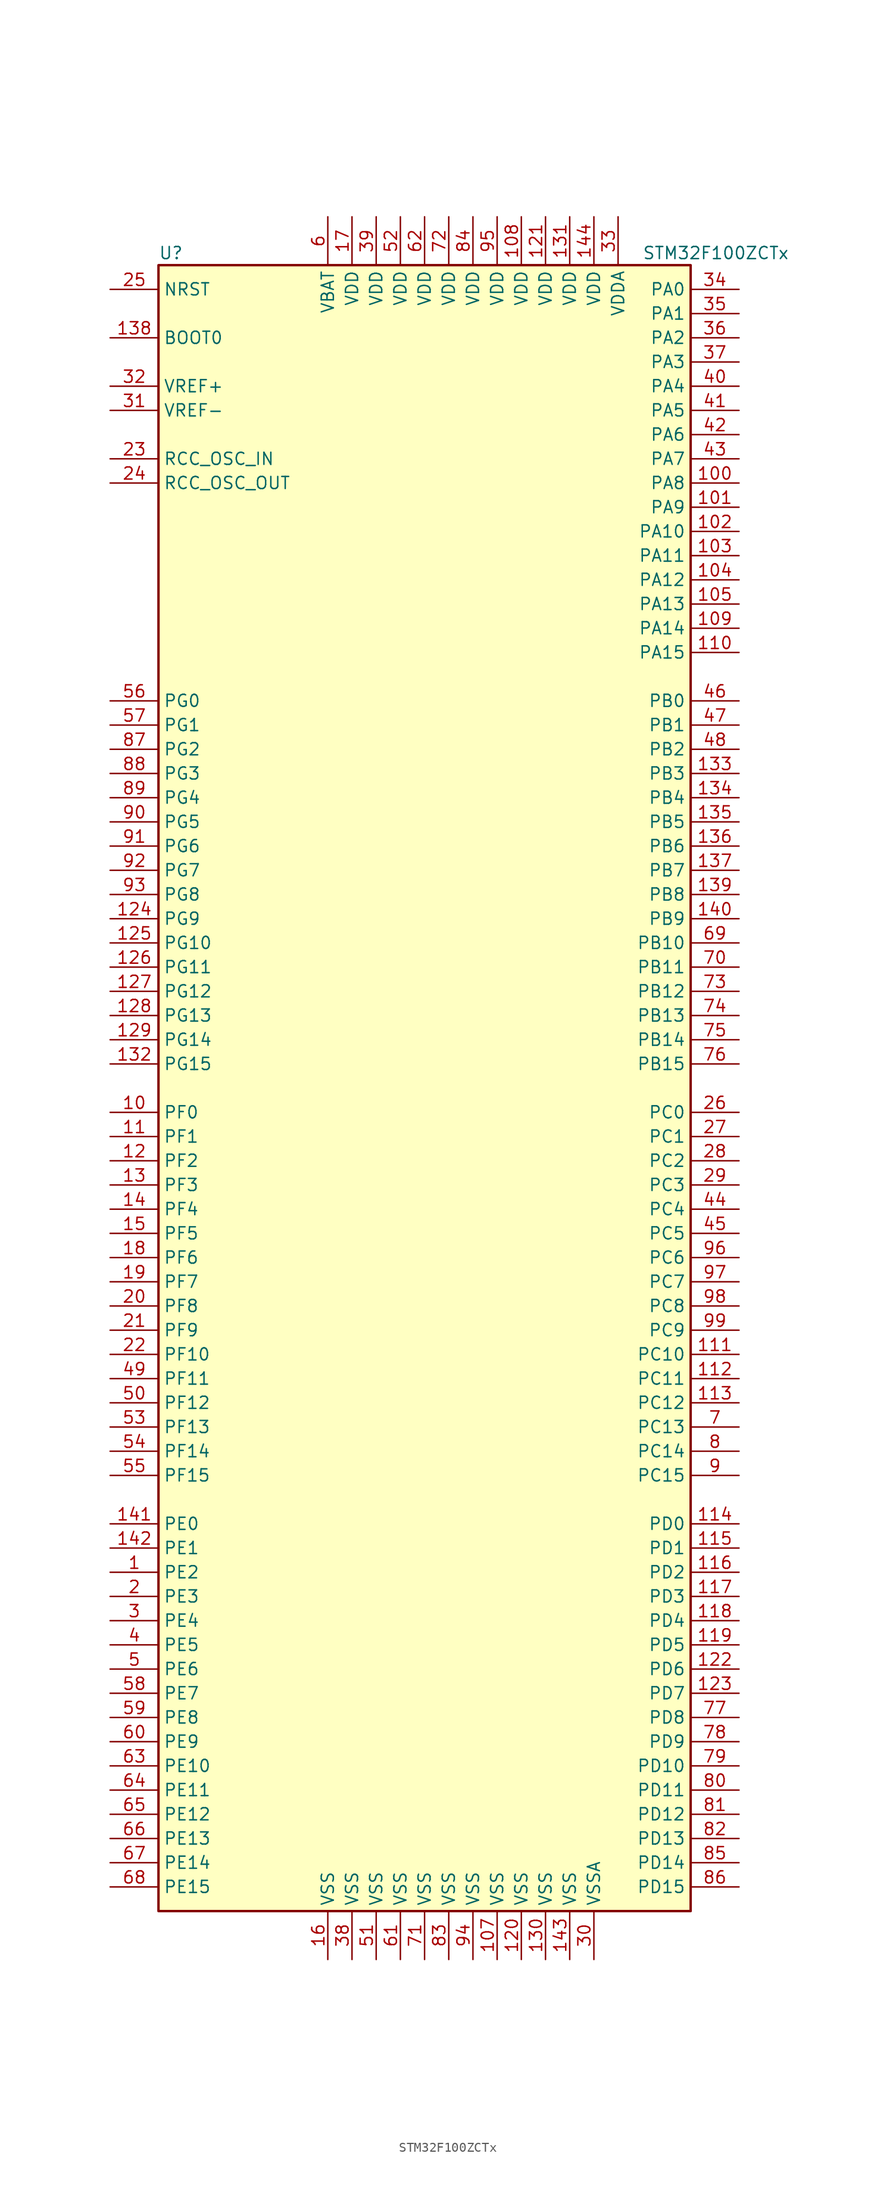
<source format=kicad_sym>
(kicad_symbol_lib
  (version 20211014)
  (generator kicad_symbol_editor)
  (symbol "STM32F100ZCTx"
    (property "Reference" "U"
      (at -27.94 87.63 0)
      (effects (font (size 1.27 1.27)) (justify left)))
    (property "Value" "STM32F100ZCTx"
      (at 22.86 87.63 0)
      (effects (font (size 1.27 1.27)) (justify left)))
    (symbol "STM32F100ZCTx_0_1"
      (rectangle (start -27.94 -86.36) (end 27.94 86.36) (stroke (width 0.254) (type default) (color 0 0 0 0)) (fill (type background))))
    (symbol "STM32F100ZCTx_1_1"
      (pin bidirectional line (at -33.02 -50.8 0) (length 5.08) (name "PE2" (effects (font (size 1.27 1.27)))) (number "1" (effects (font (size 1.27 1.27)))))
      (pin bidirectional line (at -33.02 -2.54 0) (length 5.08) (name "PF0" (effects (font (size 1.27 1.27)))) (number "10" (effects (font (size 1.27 1.27)))))
      (pin bidirectional line (at 33.02 63.5 180) (length 5.08) (name "PA8" (effects (font (size 1.27 1.27)))) (number "100" (effects (font (size 1.27 1.27)))))
      (pin bidirectional line (at 33.02 60.96 180) (length 5.08) (name "PA9" (effects (font (size 1.27 1.27)))) (number "101" (effects (font (size 1.27 1.27)))))
      (pin bidirectional line (at 33.02 58.42 180) (length 5.08) (name "PA10" (effects (font (size 1.27 1.27)))) (number "102" (effects (font (size 1.27 1.27)))))
      (pin bidirectional line (at 33.02 55.88 180) (length 5.08) (name "PA11" (effects (font (size 1.27 1.27)))) (number "103" (effects (font (size 1.27 1.27)))))
      (pin bidirectional line (at 33.02 53.34 180) (length 5.08) (name "PA12" (effects (font (size 1.27 1.27)))) (number "104" (effects (font (size 1.27 1.27)))))
      (pin bidirectional line (at 33.02 50.8 180) (length 5.08) (name "PA13" (effects (font (size 1.27 1.27)))) (number "105" (effects (font (size 1.27 1.27)))))
      (pin no_connect line (at -27.94 -83.82 0) (length 5.08) hide (name "NC" (effects (font (size 1.27 1.27)))) (number "106" (effects (font (size 1.27 1.27)))))
      (pin power_in line (at 7.62 -91.44 90) (length 5.08) (name "VSS" (effects (font (size 1.27 1.27)))) (number "107" (effects (font (size 1.27 1.27)))))
      (pin power_in line (at 10.16 91.44 270) (length 5.08) (name "VDD" (effects (font (size 1.27 1.27)))) (number "108" (effects (font (size 1.27 1.27)))))
      (pin bidirectional line (at 33.02 48.26 180) (length 5.08) (name "PA14" (effects (font (size 1.27 1.27)))) (number "109" (effects (font (size 1.27 1.27)))))
      (pin bidirectional line (at -33.02 -5.08 0) (length 5.08) (name "PF1" (effects (font (size 1.27 1.27)))) (number "11" (effects (font (size 1.27 1.27)))))
      (pin bidirectional line (at 33.02 45.72 180) (length 5.08) (name "PA15" (effects (font (size 1.27 1.27)))) (number "110" (effects (font (size 1.27 1.27)))))
      (pin bidirectional line (at 33.02 -27.94 180) (length 5.08) (name "PC10" (effects (font (size 1.27 1.27)))) (number "111" (effects (font (size 1.27 1.27)))))
      (pin bidirectional line (at 33.02 -30.48 180) (length 5.08) (name "PC11" (effects (font (size 1.27 1.27)))) (number "112" (effects (font (size 1.27 1.27)))))
      (pin bidirectional line (at 33.02 -33.02 180) (length 5.08) (name "PC12" (effects (font (size 1.27 1.27)))) (number "113" (effects (font (size 1.27 1.27)))))
      (pin bidirectional line (at 33.02 -45.72 180) (length 5.08) (name "PD0" (effects (font (size 1.27 1.27)))) (number "114" (effects (font (size 1.27 1.27)))))
      (pin bidirectional line (at 33.02 -48.26 180) (length 5.08) (name "PD1" (effects (font (size 1.27 1.27)))) (number "115" (effects (font (size 1.27 1.27)))))
      (pin bidirectional line (at 33.02 -50.8 180) (length 5.08) (name "PD2" (effects (font (size 1.27 1.27)))) (number "116" (effects (font (size 1.27 1.27)))))
      (pin bidirectional line (at 33.02 -53.34 180) (length 5.08) (name "PD3" (effects (font (size 1.27 1.27)))) (number "117" (effects (font (size 1.27 1.27)))))
      (pin bidirectional line (at 33.02 -55.88 180) (length 5.08) (name "PD4" (effects (font (size 1.27 1.27)))) (number "118" (effects (font (size 1.27 1.27)))))
      (pin bidirectional line (at 33.02 -58.42 180) (length 5.08) (name "PD5" (effects (font (size 1.27 1.27)))) (number "119" (effects (font (size 1.27 1.27)))))
      (pin bidirectional line (at -33.02 -7.62 0) (length 5.08) (name "PF2" (effects (font (size 1.27 1.27)))) (number "12" (effects (font (size 1.27 1.27)))))
      (pin power_in line (at 10.16 -91.44 90) (length 5.08) (name "VSS" (effects (font (size 1.27 1.27)))) (number "120" (effects (font (size 1.27 1.27)))))
      (pin power_in line (at 12.7 91.44 270) (length 5.08) (name "VDD" (effects (font (size 1.27 1.27)))) (number "121" (effects (font (size 1.27 1.27)))))
      (pin bidirectional line (at 33.02 -60.96 180) (length 5.08) (name "PD6" (effects (font (size 1.27 1.27)))) (number "122" (effects (font (size 1.27 1.27)))))
      (pin bidirectional line (at 33.02 -63.5 180) (length 5.08) (name "PD7" (effects (font (size 1.27 1.27)))) (number "123" (effects (font (size 1.27 1.27)))))
      (pin bidirectional line (at -33.02 17.78 0) (length 5.08) (name "PG9" (effects (font (size 1.27 1.27)))) (number "124" (effects (font (size 1.27 1.27)))))
      (pin bidirectional line (at -33.02 15.24 0) (length 5.08) (name "PG10" (effects (font (size 1.27 1.27)))) (number "125" (effects (font (size 1.27 1.27)))))
      (pin bidirectional line (at -33.02 12.7 0) (length 5.08) (name "PG11" (effects (font (size 1.27 1.27)))) (number "126" (effects (font (size 1.27 1.27)))))
      (pin bidirectional line (at -33.02 10.16 0) (length 5.08) (name "PG12" (effects (font (size 1.27 1.27)))) (number "127" (effects (font (size 1.27 1.27)))))
      (pin bidirectional line (at -33.02 7.62 0) (length 5.08) (name "PG13" (effects (font (size 1.27 1.27)))) (number "128" (effects (font (size 1.27 1.27)))))
      (pin bidirectional line (at -33.02 5.08 0) (length 5.08) (name "PG14" (effects (font (size 1.27 1.27)))) (number "129" (effects (font (size 1.27 1.27)))))
      (pin bidirectional line (at -33.02 -10.16 0) (length 5.08) (name "PF3" (effects (font (size 1.27 1.27)))) (number "13" (effects (font (size 1.27 1.27)))))
      (pin power_in line (at 12.7 -91.44 90) (length 5.08) (name "VSS" (effects (font (size 1.27 1.27)))) (number "130" (effects (font (size 1.27 1.27)))))
      (pin power_in line (at 15.24 91.44 270) (length 5.08) (name "VDD" (effects (font (size 1.27 1.27)))) (number "131" (effects (font (size 1.27 1.27)))))
      (pin bidirectional line (at -33.02 2.54 0) (length 5.08) (name "PG15" (effects (font (size 1.27 1.27)))) (number "132" (effects (font (size 1.27 1.27)))))
      (pin bidirectional line (at 33.02 33.02 180) (length 5.08) (name "PB3" (effects (font (size 1.27 1.27)))) (number "133" (effects (font (size 1.27 1.27)))))
      (pin bidirectional line (at 33.02 30.48 180) (length 5.08) (name "PB4" (effects (font (size 1.27 1.27)))) (number "134" (effects (font (size 1.27 1.27)))))
      (pin bidirectional line (at 33.02 27.94 180) (length 5.08) (name "PB5" (effects (font (size 1.27 1.27)))) (number "135" (effects (font (size 1.27 1.27)))))
      (pin bidirectional line (at 33.02 25.4 180) (length 5.08) (name "PB6" (effects (font (size 1.27 1.27)))) (number "136" (effects (font (size 1.27 1.27)))))
      (pin bidirectional line (at 33.02 22.86 180) (length 5.08) (name "PB7" (effects (font (size 1.27 1.27)))) (number "137" (effects (font (size 1.27 1.27)))))
      (pin input line (at -33.02 78.74 0) (length 5.08) (name "BOOT0" (effects (font (size 1.27 1.27)))) (number "138" (effects (font (size 1.27 1.27)))))
      (pin bidirectional line (at 33.02 20.32 180) (length 5.08) (name "PB8" (effects (font (size 1.27 1.27)))) (number "139" (effects (font (size 1.27 1.27)))))
      (pin bidirectional line (at -33.02 -12.7 0) (length 5.08) (name "PF4" (effects (font (size 1.27 1.27)))) (number "14" (effects (font (size 1.27 1.27)))))
      (pin bidirectional line (at 33.02 17.78 180) (length 5.08) (name "PB9" (effects (font (size 1.27 1.27)))) (number "140" (effects (font (size 1.27 1.27)))))
      (pin bidirectional line (at -33.02 -45.72 0) (length 5.08) (name "PE0" (effects (font (size 1.27 1.27)))) (number "141" (effects (font (size 1.27 1.27)))))
      (pin bidirectional line (at -33.02 -48.26 0) (length 5.08) (name "PE1" (effects (font (size 1.27 1.27)))) (number "142" (effects (font (size 1.27 1.27)))))
      (pin power_in line (at 15.24 -91.44 90) (length 5.08) (name "VSS" (effects (font (size 1.27 1.27)))) (number "143" (effects (font (size 1.27 1.27)))))
      (pin power_in line (at 17.78 91.44 270) (length 5.08) (name "VDD" (effects (font (size 1.27 1.27)))) (number "144" (effects (font (size 1.27 1.27)))))
      (pin bidirectional line (at -33.02 -15.24 0) (length 5.08) (name "PF5" (effects (font (size 1.27 1.27)))) (number "15" (effects (font (size 1.27 1.27)))))
      (pin power_in line (at -10.16 -91.44 90) (length 5.08) (name "VSS" (effects (font (size 1.27 1.27)))) (number "16" (effects (font (size 1.27 1.27)))))
      (pin power_in line (at -7.62 91.44 270) (length 5.08) (name "VDD" (effects (font (size 1.27 1.27)))) (number "17" (effects (font (size 1.27 1.27)))))
      (pin bidirectional line (at -33.02 -17.78 0) (length 5.08) (name "PF6" (effects (font (size 1.27 1.27)))) (number "18" (effects (font (size 1.27 1.27)))))
      (pin bidirectional line (at -33.02 -20.32 0) (length 5.08) (name "PF7" (effects (font (size 1.27 1.27)))) (number "19" (effects (font (size 1.27 1.27)))))
      (pin bidirectional line (at -33.02 -53.34 0) (length 5.08) (name "PE3" (effects (font (size 1.27 1.27)))) (number "2" (effects (font (size 1.27 1.27)))))
      (pin bidirectional line (at -33.02 -22.86 0) (length 5.08) (name "PF8" (effects (font (size 1.27 1.27)))) (number "20" (effects (font (size 1.27 1.27)))))
      (pin bidirectional line (at -33.02 -25.4 0) (length 5.08) (name "PF9" (effects (font (size 1.27 1.27)))) (number "21" (effects (font (size 1.27 1.27)))))
      (pin bidirectional line (at -33.02 -27.94 0) (length 5.08) (name "PF10" (effects (font (size 1.27 1.27)))) (number "22" (effects (font (size 1.27 1.27)))))
      (pin input line (at -33.02 66.04 0) (length 5.08) (name "RCC_OSC_IN" (effects (font (size 1.27 1.27)))) (number "23" (effects (font (size 1.27 1.27)))))
      (pin input line (at -33.02 63.5 0) (length 5.08) (name "RCC_OSC_OUT" (effects (font (size 1.27 1.27)))) (number "24" (effects (font (size 1.27 1.27)))))
      (pin input line (at -33.02 83.82 0) (length 5.08) (name "NRST" (effects (font (size 1.27 1.27)))) (number "25" (effects (font (size 1.27 1.27)))))
      (pin bidirectional line (at 33.02 -2.54 180) (length 5.08) (name "PC0" (effects (font (size 1.27 1.27)))) (number "26" (effects (font (size 1.27 1.27)))))
      (pin bidirectional line (at 33.02 -5.08 180) (length 5.08) (name "PC1" (effects (font (size 1.27 1.27)))) (number "27" (effects (font (size 1.27 1.27)))))
      (pin bidirectional line (at 33.02 -7.62 180) (length 5.08) (name "PC2" (effects (font (size 1.27 1.27)))) (number "28" (effects (font (size 1.27 1.27)))))
      (pin bidirectional line (at 33.02 -10.16 180) (length 5.08) (name "PC3" (effects (font (size 1.27 1.27)))) (number "29" (effects (font (size 1.27 1.27)))))
      (pin bidirectional line (at -33.02 -55.88 0) (length 5.08) (name "PE4" (effects (font (size 1.27 1.27)))) (number "3" (effects (font (size 1.27 1.27)))))
      (pin power_in line (at 17.78 -91.44 90) (length 5.08) (name "VSSA" (effects (font (size 1.27 1.27)))) (number "30" (effects (font (size 1.27 1.27)))))
      (pin power_in line (at -33.02 71.12 0) (length 5.08) (name "VREF-" (effects (font (size 1.27 1.27)))) (number "31" (effects (font (size 1.27 1.27)))))
      (pin power_in line (at -33.02 73.66 0) (length 5.08) (name "VREF+" (effects (font (size 1.27 1.27)))) (number "32" (effects (font (size 1.27 1.27)))))
      (pin power_in line (at 20.32 91.44 270) (length 5.08) (name "VDDA" (effects (font (size 1.27 1.27)))) (number "33" (effects (font (size 1.27 1.27)))))
      (pin bidirectional line (at 33.02 83.82 180) (length 5.08) (name "PA0" (effects (font (size 1.27 1.27)))) (number "34" (effects (font (size 1.27 1.27)))))
      (pin bidirectional line (at 33.02 81.28 180) (length 5.08) (name "PA1" (effects (font (size 1.27 1.27)))) (number "35" (effects (font (size 1.27 1.27)))))
      (pin bidirectional line (at 33.02 78.74 180) (length 5.08) (name "PA2" (effects (font (size 1.27 1.27)))) (number "36" (effects (font (size 1.27 1.27)))))
      (pin bidirectional line (at 33.02 76.2 180) (length 5.08) (name "PA3" (effects (font (size 1.27 1.27)))) (number "37" (effects (font (size 1.27 1.27)))))
      (pin power_in line (at -7.62 -91.44 90) (length 5.08) (name "VSS" (effects (font (size 1.27 1.27)))) (number "38" (effects (font (size 1.27 1.27)))))
      (pin power_in line (at -5.08 91.44 270) (length 5.08) (name "VDD" (effects (font (size 1.27 1.27)))) (number "39" (effects (font (size 1.27 1.27)))))
      (pin bidirectional line (at -33.02 -58.42 0) (length 5.08) (name "PE5" (effects (font (size 1.27 1.27)))) (number "4" (effects (font (size 1.27 1.27)))))
      (pin bidirectional line (at 33.02 73.66 180) (length 5.08) (name "PA4" (effects (font (size 1.27 1.27)))) (number "40" (effects (font (size 1.27 1.27)))))
      (pin bidirectional line (at 33.02 71.12 180) (length 5.08) (name "PA5" (effects (font (size 1.27 1.27)))) (number "41" (effects (font (size 1.27 1.27)))))
      (pin bidirectional line (at 33.02 68.58 180) (length 5.08) (name "PA6" (effects (font (size 1.27 1.27)))) (number "42" (effects (font (size 1.27 1.27)))))
      (pin bidirectional line (at 33.02 66.04 180) (length 5.08) (name "PA7" (effects (font (size 1.27 1.27)))) (number "43" (effects (font (size 1.27 1.27)))))
      (pin bidirectional line (at 33.02 -12.7 180) (length 5.08) (name "PC4" (effects (font (size 1.27 1.27)))) (number "44" (effects (font (size 1.27 1.27)))))
      (pin bidirectional line (at 33.02 -15.24 180) (length 5.08) (name "PC5" (effects (font (size 1.27 1.27)))) (number "45" (effects (font (size 1.27 1.27)))))
      (pin bidirectional line (at 33.02 40.64 180) (length 5.08) (name "PB0" (effects (font (size 1.27 1.27)))) (number "46" (effects (font (size 1.27 1.27)))))
      (pin bidirectional line (at 33.02 38.1 180) (length 5.08) (name "PB1" (effects (font (size 1.27 1.27)))) (number "47" (effects (font (size 1.27 1.27)))))
      (pin bidirectional line (at 33.02 35.56 180) (length 5.08) (name "PB2" (effects (font (size 1.27 1.27)))) (number "48" (effects (font (size 1.27 1.27)))))
      (pin bidirectional line (at -33.02 -30.48 0) (length 5.08) (name "PF11" (effects (font (size 1.27 1.27)))) (number "49" (effects (font (size 1.27 1.27)))))
      (pin bidirectional line (at -33.02 -60.96 0) (length 5.08) (name "PE6" (effects (font (size 1.27 1.27)))) (number "5" (effects (font (size 1.27 1.27)))))
      (pin bidirectional line (at -33.02 -33.02 0) (length 5.08) (name "PF12" (effects (font (size 1.27 1.27)))) (number "50" (effects (font (size 1.27 1.27)))))
      (pin power_in line (at -5.08 -91.44 90) (length 5.08) (name "VSS" (effects (font (size 1.27 1.27)))) (number "51" (effects (font (size 1.27 1.27)))))
      (pin power_in line (at -2.54 91.44 270) (length 5.08) (name "VDD" (effects (font (size 1.27 1.27)))) (number "52" (effects (font (size 1.27 1.27)))))
      (pin bidirectional line (at -33.02 -35.56 0) (length 5.08) (name "PF13" (effects (font (size 1.27 1.27)))) (number "53" (effects (font (size 1.27 1.27)))))
      (pin bidirectional line (at -33.02 -38.1 0) (length 5.08) (name "PF14" (effects (font (size 1.27 1.27)))) (number "54" (effects (font (size 1.27 1.27)))))
      (pin bidirectional line (at -33.02 -40.64 0) (length 5.08) (name "PF15" (effects (font (size 1.27 1.27)))) (number "55" (effects (font (size 1.27 1.27)))))
      (pin bidirectional line (at -33.02 40.64 0) (length 5.08) (name "PG0" (effects (font (size 1.27 1.27)))) (number "56" (effects (font (size 1.27 1.27)))))
      (pin bidirectional line (at -33.02 38.1 0) (length 5.08) (name "PG1" (effects (font (size 1.27 1.27)))) (number "57" (effects (font (size 1.27 1.27)))))
      (pin bidirectional line (at -33.02 -63.5 0) (length 5.08) (name "PE7" (effects (font (size 1.27 1.27)))) (number "58" (effects (font (size 1.27 1.27)))))
      (pin bidirectional line (at -33.02 -66.04 0) (length 5.08) (name "PE8" (effects (font (size 1.27 1.27)))) (number "59" (effects (font (size 1.27 1.27)))))
      (pin power_in line (at -10.16 91.44 270) (length 5.08) (name "VBAT" (effects (font (size 1.27 1.27)))) (number "6" (effects (font (size 1.27 1.27)))))
      (pin bidirectional line (at -33.02 -68.58 0) (length 5.08) (name "PE9" (effects (font (size 1.27 1.27)))) (number "60" (effects (font (size 1.27 1.27)))))
      (pin power_in line (at -2.54 -91.44 90) (length 5.08) (name "VSS" (effects (font (size 1.27 1.27)))) (number "61" (effects (font (size 1.27 1.27)))))
      (pin power_in line (at 0 91.44 270) (length 5.08) (name "VDD" (effects (font (size 1.27 1.27)))) (number "62" (effects (font (size 1.27 1.27)))))
      (pin bidirectional line (at -33.02 -71.12 0) (length 5.08) (name "PE10" (effects (font (size 1.27 1.27)))) (number "63" (effects (font (size 1.27 1.27)))))
      (pin bidirectional line (at -33.02 -73.66 0) (length 5.08) (name "PE11" (effects (font (size 1.27 1.27)))) (number "64" (effects (font (size 1.27 1.27)))))
      (pin bidirectional line (at -33.02 -76.2 0) (length 5.08) (name "PE12" (effects (font (size 1.27 1.27)))) (number "65" (effects (font (size 1.27 1.27)))))
      (pin bidirectional line (at -33.02 -78.74 0) (length 5.08) (name "PE13" (effects (font (size 1.27 1.27)))) (number "66" (effects (font (size 1.27 1.27)))))
      (pin bidirectional line (at -33.02 -81.28 0) (length 5.08) (name "PE14" (effects (font (size 1.27 1.27)))) (number "67" (effects (font (size 1.27 1.27)))))
      (pin bidirectional line (at -33.02 -83.82 0) (length 5.08) (name "PE15" (effects (font (size 1.27 1.27)))) (number "68" (effects (font (size 1.27 1.27)))))
      (pin bidirectional line (at 33.02 15.24 180) (length 5.08) (name "PB10" (effects (font (size 1.27 1.27)))) (number "69" (effects (font (size 1.27 1.27)))))
      (pin bidirectional line (at 33.02 -35.56 180) (length 5.08) (name "PC13" (effects (font (size 1.27 1.27)))) (number "7" (effects (font (size 1.27 1.27)))))
      (pin bidirectional line (at 33.02 12.7 180) (length 5.08) (name "PB11" (effects (font (size 1.27 1.27)))) (number "70" (effects (font (size 1.27 1.27)))))
      (pin power_in line (at 0 -91.44 90) (length 5.08) (name "VSS" (effects (font (size 1.27 1.27)))) (number "71" (effects (font (size 1.27 1.27)))))
      (pin power_in line (at 2.54 91.44 270) (length 5.08) (name "VDD" (effects (font (size 1.27 1.27)))) (number "72" (effects (font (size 1.27 1.27)))))
      (pin bidirectional line (at 33.02 10.16 180) (length 5.08) (name "PB12" (effects (font (size 1.27 1.27)))) (number "73" (effects (font (size 1.27 1.27)))))
      (pin bidirectional line (at 33.02 7.62 180) (length 5.08) (name "PB13" (effects (font (size 1.27 1.27)))) (number "74" (effects (font (size 1.27 1.27)))))
      (pin bidirectional line (at 33.02 5.08 180) (length 5.08) (name "PB14" (effects (font (size 1.27 1.27)))) (number "75" (effects (font (size 1.27 1.27)))))
      (pin bidirectional line (at 33.02 2.54 180) (length 5.08) (name "PB15" (effects (font (size 1.27 1.27)))) (number "76" (effects (font (size 1.27 1.27)))))
      (pin bidirectional line (at 33.02 -66.04 180) (length 5.08) (name "PD8" (effects (font (size 1.27 1.27)))) (number "77" (effects (font (size 1.27 1.27)))))
      (pin bidirectional line (at 33.02 -68.58 180) (length 5.08) (name "PD9" (effects (font (size 1.27 1.27)))) (number "78" (effects (font (size 1.27 1.27)))))
      (pin bidirectional line (at 33.02 -71.12 180) (length 5.08) (name "PD10" (effects (font (size 1.27 1.27)))) (number "79" (effects (font (size 1.27 1.27)))))
      (pin bidirectional line (at 33.02 -38.1 180) (length 5.08) (name "PC14" (effects (font (size 1.27 1.27)))) (number "8" (effects (font (size 1.27 1.27)))))
      (pin bidirectional line (at 33.02 -73.66 180) (length 5.08) (name "PD11" (effects (font (size 1.27 1.27)))) (number "80" (effects (font (size 1.27 1.27)))))
      (pin bidirectional line (at 33.02 -76.2 180) (length 5.08) (name "PD12" (effects (font (size 1.27 1.27)))) (number "81" (effects (font (size 1.27 1.27)))))
      (pin bidirectional line (at 33.02 -78.74 180) (length 5.08) (name "PD13" (effects (font (size 1.27 1.27)))) (number "82" (effects (font (size 1.27 1.27)))))
      (pin power_in line (at 2.54 -91.44 90) (length 5.08) (name "VSS" (effects (font (size 1.27 1.27)))) (number "83" (effects (font (size 1.27 1.27)))))
      (pin power_in line (at 5.08 91.44 270) (length 5.08) (name "VDD" (effects (font (size 1.27 1.27)))) (number "84" (effects (font (size 1.27 1.27)))))
      (pin bidirectional line (at 33.02 -81.28 180) (length 5.08) (name "PD14" (effects (font (size 1.27 1.27)))) (number "85" (effects (font (size 1.27 1.27)))))
      (pin bidirectional line (at 33.02 -83.82 180) (length 5.08) (name "PD15" (effects (font (size 1.27 1.27)))) (number "86" (effects (font (size 1.27 1.27)))))
      (pin bidirectional line (at -33.02 35.56 0) (length 5.08) (name "PG2" (effects (font (size 1.27 1.27)))) (number "87" (effects (font (size 1.27 1.27)))))
      (pin bidirectional line (at -33.02 33.02 0) (length 5.08) (name "PG3" (effects (font (size 1.27 1.27)))) (number "88" (effects (font (size 1.27 1.27)))))
      (pin bidirectional line (at -33.02 30.48 0) (length 5.08) (name "PG4" (effects (font (size 1.27 1.27)))) (number "89" (effects (font (size 1.27 1.27)))))
      (pin bidirectional line (at 33.02 -40.64 180) (length 5.08) (name "PC15" (effects (font (size 1.27 1.27)))) (number "9" (effects (font (size 1.27 1.27)))))
      (pin bidirectional line (at -33.02 27.94 0) (length 5.08) (name "PG5" (effects (font (size 1.27 1.27)))) (number "90" (effects (font (size 1.27 1.27)))))
      (pin bidirectional line (at -33.02 25.4 0) (length 5.08) (name "PG6" (effects (font (size 1.27 1.27)))) (number "91" (effects (font (size 1.27 1.27)))))
      (pin bidirectional line (at -33.02 22.86 0) (length 5.08) (name "PG7" (effects (font (size 1.27 1.27)))) (number "92" (effects (font (size 1.27 1.27)))))
      (pin bidirectional line (at -33.02 20.32 0) (length 5.08) (name "PG8" (effects (font (size 1.27 1.27)))) (number "93" (effects (font (size 1.27 1.27)))))
      (pin power_in line (at 5.08 -91.44 90) (length 5.08) (name "VSS" (effects (font (size 1.27 1.27)))) (number "94" (effects (font (size 1.27 1.27)))))
      (pin power_in line (at 7.62 91.44 270) (length 5.08) (name "VDD" (effects (font (size 1.27 1.27)))) (number "95" (effects (font (size 1.27 1.27)))))
      (pin bidirectional line (at 33.02 -17.78 180) (length 5.08) (name "PC6" (effects (font (size 1.27 1.27)))) (number "96" (effects (font (size 1.27 1.27)))))
      (pin bidirectional line (at 33.02 -20.32 180) (length 5.08) (name "PC7" (effects (font (size 1.27 1.27)))) (number "97" (effects (font (size 1.27 1.27)))))
      (pin bidirectional line (at 33.02 -22.86 180) (length 5.08) (name "PC8" (effects (font (size 1.27 1.27)))) (number "98" (effects (font (size 1.27 1.27)))))
      (pin bidirectional line (at 33.02 -25.4 180) (length 5.08) (name "PC9" (effects (font (size 1.27 1.27)))) (number "99" (effects (font (size 1.27 1.27))))))))
</source>
